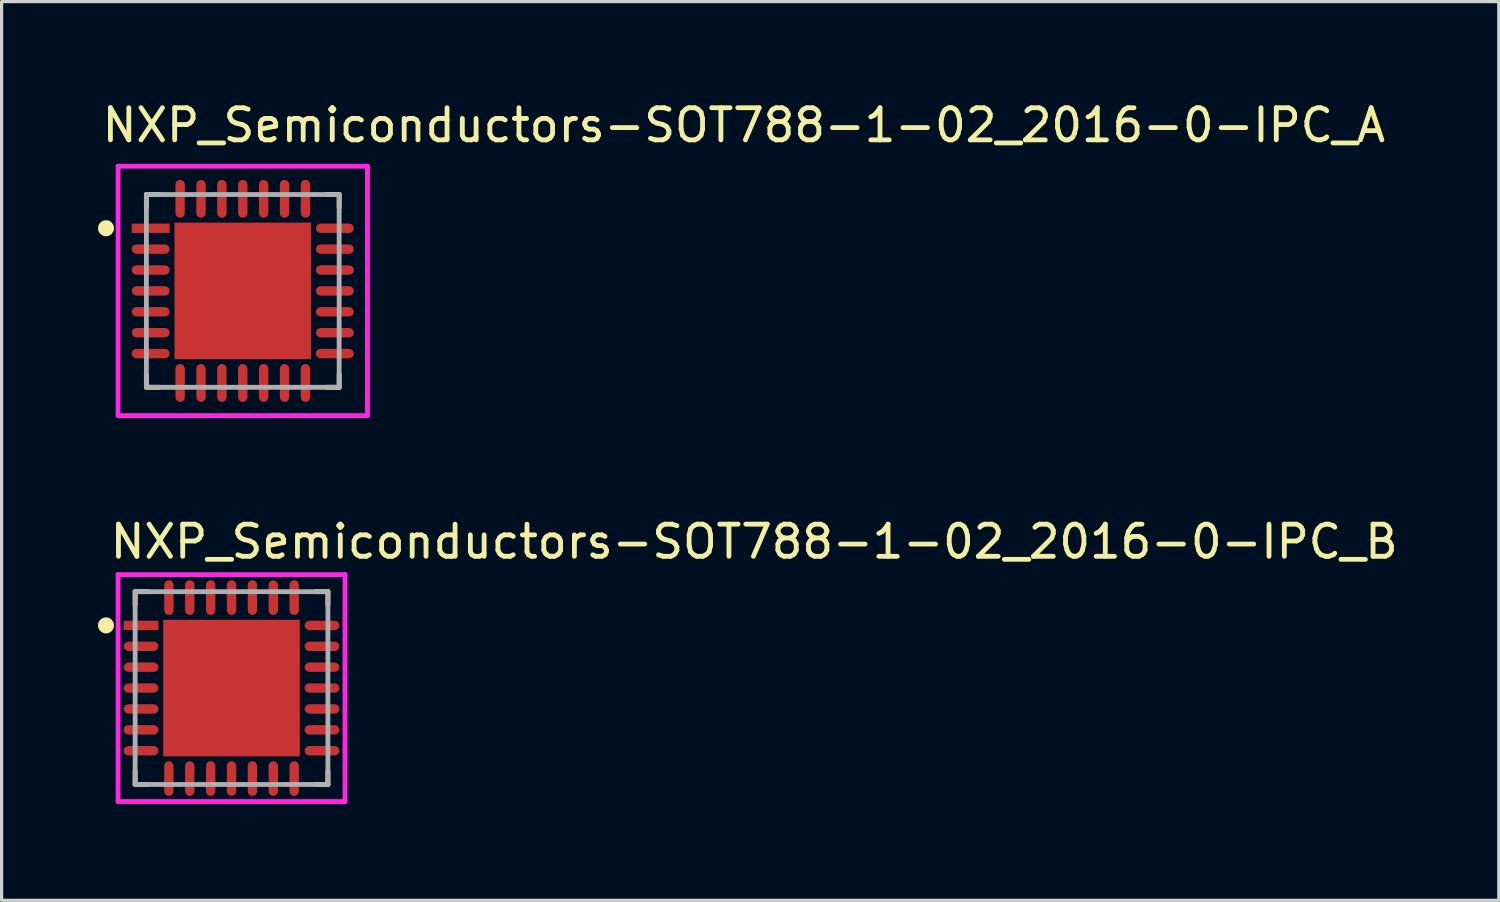
<source format=kicad_pcb>
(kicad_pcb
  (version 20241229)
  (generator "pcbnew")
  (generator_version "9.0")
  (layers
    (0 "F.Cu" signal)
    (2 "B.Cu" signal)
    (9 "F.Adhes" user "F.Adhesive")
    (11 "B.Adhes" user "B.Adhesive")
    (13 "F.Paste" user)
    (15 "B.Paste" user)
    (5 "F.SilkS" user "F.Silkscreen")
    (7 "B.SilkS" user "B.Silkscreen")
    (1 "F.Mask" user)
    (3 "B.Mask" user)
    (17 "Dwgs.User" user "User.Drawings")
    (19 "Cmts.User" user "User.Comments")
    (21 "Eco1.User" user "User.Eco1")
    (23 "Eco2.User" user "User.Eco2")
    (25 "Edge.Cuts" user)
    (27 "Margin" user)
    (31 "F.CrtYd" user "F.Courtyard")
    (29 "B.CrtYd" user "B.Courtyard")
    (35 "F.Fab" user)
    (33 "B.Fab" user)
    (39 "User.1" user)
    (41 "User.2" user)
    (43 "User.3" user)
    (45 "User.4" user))
  (footprint "NXP_Semiconductors-SOT788-1-02_2016-0-IPC_B"
    (layer "F.Cu")
    (at 4.156 18.365)
    (property "Reference" "NXP_Semiconductors-SOT788-1-02_2016-0-IPC_B" (at -3.856 -4.556 0) (layer "F.SilkS") (effects (font (size 1 1) (thickness 0.15)) (justify left)))
    (attr through_hole)
    (fp_line (start -3 -3) (end -3 -2.6) (stroke (width 0.15) (type solid)) (layer "F.SilkS"))
    (fp_line (start -3 3) (end -3 2.6) (stroke (width 0.15) (type solid)) (layer "F.SilkS"))
    (fp_line (start -2.6 -3) (end -3 -3) (stroke (width 0.15) (type solid)) (layer "F.SilkS"))
    (fp_line (start -2.6 3) (end -3 3) (stroke (width 0.15) (type solid)) (layer "F.SilkS"))
    (fp_line (start 2.6 -3) (end 3 -3) (stroke (width 0.15) (type solid)) (layer "F.SilkS"))
    (fp_line (start 2.6 3) (end 3 3) (stroke (width 0.15) (type solid)) (layer "F.SilkS"))
    (fp_line (start 3 -3) (end 3 -2.6) (stroke (width 0.15) (type solid)) (layer "F.SilkS"))
    (fp_line (start 3 3) (end 3 2.6) (stroke (width 0.15) (type solid)) (layer "F.SilkS"))
    (fp_circle (center -3.906 -1.95) (end -3.781 -1.95) (stroke (width 0.25) (type solid)) (fill no) (layer "F.SilkS"))
    (fp_poly (pts (xy -1.344 -1.344) (xy 1.344 -1.344) (xy 1.344 1.344) (xy -1.344 1.344)) (stroke (width 0) (type solid)) (fill yes) (layer "F.Paste"))
    (fp_line (start -3.531 -3.531) (end -3.531 3.531) (stroke (width 0.15) (type solid)) (layer "F.CrtYd"))
    (fp_line (start -3.531 3.531) (end 3.531 3.531) (stroke (width 0.15) (type solid)) (layer "F.CrtYd"))
    (fp_line (start 3.531 -3.531) (end -3.531 -3.531) (stroke (width 0.15) (type solid)) (layer "F.CrtYd"))
    (fp_line (start 3.531 -3.531) (end 3.531 -3.531) (stroke (width 0.15) (type solid)) (layer "F.CrtYd"))
    (fp_line (start 3.531 3.531) (end 3.531 -3.531) (stroke (width 0.15) (type solid)) (layer "F.CrtYd"))
    (fp_line (start -3 -3) (end 3 -3) (stroke (width 0.15) (type solid)) (layer "F.Fab"))
    (fp_line (start -3 3) (end -3 -3) (stroke (width 0.15) (type solid)) (layer "F.Fab"))
    (fp_line (start 3 -3) (end 3 3) (stroke (width 0.15) (type solid)) (layer "F.Fab"))
    (fp_line (start 3 3) (end -3 3) (stroke (width 0.15) (type solid)) (layer "F.Fab"))
    (pad "1" smd rect (at -2.816 -1.95) (size 1.081 0.292) (layers "F.Cu" "F.Mask" "F.Paste"))
    (pad "2" smd roundrect (at -2.816 -1.3) (size 1.081 0.292) (layers "F.Cu" "F.Mask" "F.Paste") (roundrect_rratio 0.5))
    (pad "3" smd roundrect (at -2.816 -0.65) (size 1.081 0.292) (layers "F.Cu" "F.Mask" "F.Paste") (roundrect_rratio 0.5))
    (pad "4" smd roundrect (at -2.816 0) (size 1.081 0.292) (layers "F.Cu" "F.Mask" "F.Paste") (roundrect_rratio 0.5))
    (pad "5" smd roundrect (at -2.816 0.65) (size 1.081 0.292) (layers "F.Cu" "F.Mask" "F.Paste") (roundrect_rratio 0.5))
    (pad "6" smd roundrect (at -2.816 1.3) (size 1.081 0.292) (layers "F.Cu" "F.Mask" "F.Paste") (roundrect_rratio 0.5))
    (pad "7" smd roundrect (at -2.816 1.95) (size 1.081 0.292) (layers "F.Cu" "F.Mask" "F.Paste") (roundrect_rratio 0.5))
    (pad "8" smd roundrect (at -1.95 2.816) (size 0.292 1.081) (layers "F.Cu" "F.Mask" "F.Paste") (roundrect_rratio 0.5))
    (pad "9" smd roundrect (at -1.3 2.816) (size 0.292 1.081) (layers "F.Cu" "F.Mask" "F.Paste") (roundrect_rratio 0.5))
    (pad "10" smd roundrect (at -0.65 2.816) (size 0.292 1.081) (layers "F.Cu" "F.Mask" "F.Paste") (roundrect_rratio 0.5))
    (pad "11" smd roundrect (at 0 2.816) (size 0.292 1.081) (layers "F.Cu" "F.Mask" "F.Paste") (roundrect_rratio 0.5))
    (pad "12" smd roundrect (at 0.65 2.816) (size 0.292 1.081) (layers "F.Cu" "F.Mask" "F.Paste") (roundrect_rratio 0.5))
    (pad "13" smd roundrect (at 1.3 2.816) (size 0.292 1.081) (layers "F.Cu" "F.Mask" "F.Paste") (roundrect_rratio 0.5))
    (pad "14" smd roundrect (at 1.95 2.816) (size 0.292 1.081) (layers "F.Cu" "F.Mask" "F.Paste") (roundrect_rratio 0.5))
    (pad "15" smd roundrect (at 2.816 1.95) (size 1.081 0.292) (layers "F.Cu" "F.Mask" "F.Paste") (roundrect_rratio 0.5))
    (pad "16" smd roundrect (at 2.816 1.3) (size 1.081 0.292) (layers "F.Cu" "F.Mask" "F.Paste") (roundrect_rratio 0.5))
    (pad "17" smd roundrect (at 2.816 0.65) (size 1.081 0.292) (layers "F.Cu" "F.Mask" "F.Paste") (roundrect_rratio 0.5))
    (pad "18" smd roundrect (at 2.816 0) (size 1.081 0.292) (layers "F.Cu" "F.Mask" "F.Paste") (roundrect_rratio 0.5))
    (pad "19" smd roundrect (at 2.816 -0.65) (size 1.081 0.292) (layers "F.Cu" "F.Mask" "F.Paste") (roundrect_rratio 0.5))
    (pad "20" smd roundrect (at 2.816 -1.3) (size 1.081 0.292) (layers "F.Cu" "F.Mask" "F.Paste") (roundrect_rratio 0.5))
    (pad "21" smd roundrect (at 2.816 -1.95) (size 1.081 0.292) (layers "F.Cu" "F.Mask" "F.Paste") (roundrect_rratio 0.5))
    (pad "22" smd roundrect (at 1.95 -2.816) (size 0.292 1.081) (layers "F.Cu" "F.Mask" "F.Paste") (roundrect_rratio 0.5))
    (pad "23" smd roundrect (at 1.3 -2.816) (size 0.292 1.081) (layers "F.Cu" "F.Mask" "F.Paste") (roundrect_rratio 0.5))
    (pad "24" smd roundrect (at 0.65 -2.816) (size 0.292 1.081) (layers "F.Cu" "F.Mask" "F.Paste") (roundrect_rratio 0.5))
    (pad "25" smd roundrect (at 0 -2.816) (size 0.292 1.081) (layers "F.Cu" "F.Mask" "F.Paste") (roundrect_rratio 0.5))
    (pad "26" smd roundrect (at -0.65 -2.816) (size 0.292 1.081) (layers "F.Cu" "F.Mask" "F.Paste") (roundrect_rratio 0.5))
    (pad "27" smd roundrect (at -1.3 -2.816) (size 0.292 1.081) (layers "F.Cu" "F.Mask" "F.Paste") (roundrect_rratio 0.5))
    (pad "28" smd roundrect (at -1.95 -2.816) (size 0.292 1.081) (layers "F.Cu" "F.Mask" "F.Paste") (roundrect_rratio 0.5))
    (pad "29" smd rect (at 0 0) (size 4.25 4.25) (layers "F.Cu" "F.Mask")))
  (footprint "NXP_Semiconductors-SOT788-1-02_2016-0-IPC_A"
    (layer "F.Cu")
    (at 4.506 6.004)
    (property "Reference" "NXP_Semiconductors-SOT788-1-02_2016-0-IPC_A" (at -4.456 -5.156 0) (layer "F.SilkS") (effects (font (size 1 1) (thickness 0.15)) (justify left)))
    (attr through_hole)
    (fp_line (start -3 -3) (end -3 -2.6) (stroke (width 0.15) (type solid)) (layer "F.SilkS"))
    (fp_line (start -3 3) (end -3 2.6) (stroke (width 0.15) (type solid)) (layer "F.SilkS"))
    (fp_line (start -2.6 -3) (end -3 -3) (stroke (width 0.15) (type solid)) (layer "F.SilkS"))
    (fp_line (start -2.6 3) (end -3 3) (stroke (width 0.15) (type solid)) (layer "F.SilkS"))
    (fp_line (start 2.6 -3) (end 3 -3) (stroke (width 0.15) (type solid)) (layer "F.SilkS"))
    (fp_line (start 2.6 3) (end 3 3) (stroke (width 0.15) (type solid)) (layer "F.SilkS"))
    (fp_line (start 3 -3) (end 3 -2.6) (stroke (width 0.15) (type solid)) (layer "F.SilkS"))
    (fp_line (start 3 3) (end 3 2.6) (stroke (width 0.15) (type solid)) (layer "F.SilkS"))
    (fp_circle (center -4.256 -1.95) (end -4.131 -1.95) (stroke (width 0.25) (type solid)) (fill no) (layer "F.SilkS"))
    (fp_poly (pts (xy -1.344 -1.344) (xy 1.344 -1.344) (xy 1.344 1.344) (xy -1.344 1.344)) (stroke (width 0) (type solid)) (fill yes) (layer "F.Paste"))
    (fp_line (start -3.881 -3.881) (end -3.881 3.881) (stroke (width 0.15) (type solid)) (layer "F.CrtYd"))
    (fp_line (start -3.881 3.881) (end 3.881 3.881) (stroke (width 0.15) (type solid)) (layer "F.CrtYd"))
    (fp_line (start 3.881 -3.881) (end -3.881 -3.881) (stroke (width 0.15) (type solid)) (layer "F.CrtYd"))
    (fp_line (start 3.881 -3.881) (end 3.881 -3.881) (stroke (width 0.15) (type solid)) (layer "F.CrtYd"))
    (fp_line (start 3.881 3.881) (end 3.881 -3.881) (stroke (width 0.15) (type solid)) (layer "F.CrtYd"))
    (fp_line (start -3 -3) (end 3 -3) (stroke (width 0.15) (type solid)) (layer "F.Fab"))
    (fp_line (start -3 3) (end -3 -3) (stroke (width 0.15) (type solid)) (layer "F.Fab"))
    (fp_line (start 3 -3) (end 3 3) (stroke (width 0.15) (type solid)) (layer "F.Fab"))
    (fp_line (start 3 3) (end -3 3) (stroke (width 0.15) (type solid)) (layer "F.Fab"))
    (pad "1" smd rect (at -2.866 -1.95) (size 1.181 0.292) (layers "F.Cu" "F.Mask" "F.Paste"))
    (pad "2" smd roundrect (at -2.866 -1.3) (size 1.181 0.292) (layers "F.Cu" "F.Mask" "F.Paste") (roundrect_rratio 0.5))
    (pad "3" smd roundrect (at -2.866 -0.65) (size 1.181 0.292) (layers "F.Cu" "F.Mask" "F.Paste") (roundrect_rratio 0.5))
    (pad "4" smd roundrect (at -2.866 0) (size 1.181 0.292) (layers "F.Cu" "F.Mask" "F.Paste") (roundrect_rratio 0.5))
    (pad "5" smd roundrect (at -2.866 0.65) (size 1.181 0.292) (layers "F.Cu" "F.Mask" "F.Paste") (roundrect_rratio 0.5))
    (pad "6" smd roundrect (at -2.866 1.3) (size 1.181 0.292) (layers "F.Cu" "F.Mask" "F.Paste") (roundrect_rratio 0.5))
    (pad "7" smd roundrect (at -2.866 1.95) (size 1.181 0.292) (layers "F.Cu" "F.Mask" "F.Paste") (roundrect_rratio 0.5))
    (pad "8" smd roundrect (at -1.95 2.866) (size 0.292 1.181) (layers "F.Cu" "F.Mask" "F.Paste") (roundrect_rratio 0.5))
    (pad "9" smd roundrect (at -1.3 2.866) (size 0.292 1.181) (layers "F.Cu" "F.Mask" "F.Paste") (roundrect_rratio 0.5))
    (pad "10" smd roundrect (at -0.65 2.866) (size 0.292 1.181) (layers "F.Cu" "F.Mask" "F.Paste") (roundrect_rratio 0.5))
    (pad "11" smd roundrect (at 0 2.866) (size 0.292 1.181) (layers "F.Cu" "F.Mask" "F.Paste") (roundrect_rratio 0.5))
    (pad "12" smd roundrect (at 0.65 2.866) (size 0.292 1.181) (layers "F.Cu" "F.Mask" "F.Paste") (roundrect_rratio 0.5))
    (pad "13" smd roundrect (at 1.3 2.866) (size 0.292 1.181) (layers "F.Cu" "F.Mask" "F.Paste") (roundrect_rratio 0.5))
    (pad "14" smd roundrect (at 1.95 2.866) (size 0.292 1.181) (layers "F.Cu" "F.Mask" "F.Paste") (roundrect_rratio 0.5))
    (pad "15" smd roundrect (at 2.866 1.95) (size 1.181 0.292) (layers "F.Cu" "F.Mask" "F.Paste") (roundrect_rratio 0.5))
    (pad "16" smd roundrect (at 2.866 1.3) (size 1.181 0.292) (layers "F.Cu" "F.Mask" "F.Paste") (roundrect_rratio 0.5))
    (pad "17" smd roundrect (at 2.866 0.65) (size 1.181 0.292) (layers "F.Cu" "F.Mask" "F.Paste") (roundrect_rratio 0.5))
    (pad "18" smd roundrect (at 2.866 0) (size 1.181 0.292) (layers "F.Cu" "F.Mask" "F.Paste") (roundrect_rratio 0.5))
    (pad "19" smd roundrect (at 2.866 -0.65) (size 1.181 0.292) (layers "F.Cu" "F.Mask" "F.Paste") (roundrect_rratio 0.5))
    (pad "20" smd roundrect (at 2.866 -1.3) (size 1.181 0.292) (layers "F.Cu" "F.Mask" "F.Paste") (roundrect_rratio 0.5))
    (pad "21" smd roundrect (at 2.866 -1.95) (size 1.181 0.292) (layers "F.Cu" "F.Mask" "F.Paste") (roundrect_rratio 0.5))
    (pad "22" smd roundrect (at 1.95 -2.866) (size 0.292 1.181) (layers "F.Cu" "F.Mask" "F.Paste") (roundrect_rratio 0.5))
    (pad "23" smd roundrect (at 1.3 -2.866) (size 0.292 1.181) (layers "F.Cu" "F.Mask" "F.Paste") (roundrect_rratio 0.5))
    (pad "24" smd roundrect (at 0.65 -2.866) (size 0.292 1.181) (layers "F.Cu" "F.Mask" "F.Paste") (roundrect_rratio 0.5))
    (pad "25" smd roundrect (at 0 -2.866) (size 0.292 1.181) (layers "F.Cu" "F.Mask" "F.Paste") (roundrect_rratio 0.5))
    (pad "26" smd roundrect (at -0.65 -2.866) (size 0.292 1.181) (layers "F.Cu" "F.Mask" "F.Paste") (roundrect_rratio 0.5))
    (pad "27" smd roundrect (at -1.3 -2.866) (size 0.292 1.181) (layers "F.Cu" "F.Mask" "F.Paste") (roundrect_rratio 0.5))
    (pad "28" smd roundrect (at -1.95 -2.866) (size 0.292 1.181) (layers "F.Cu" "F.Mask" "F.Paste") (roundrect_rratio 0.5))
    (pad "29" smd rect (at 0 0) (size 4.25 4.25) (layers "F.Cu" "F.Mask")))
  (gr_rect
    (start -3 -3)
    (end 43.598 24.971)
    (stroke (width 0.1) (type default))
    (fill no)
    (layer "Edge.Cuts")))
</source>
